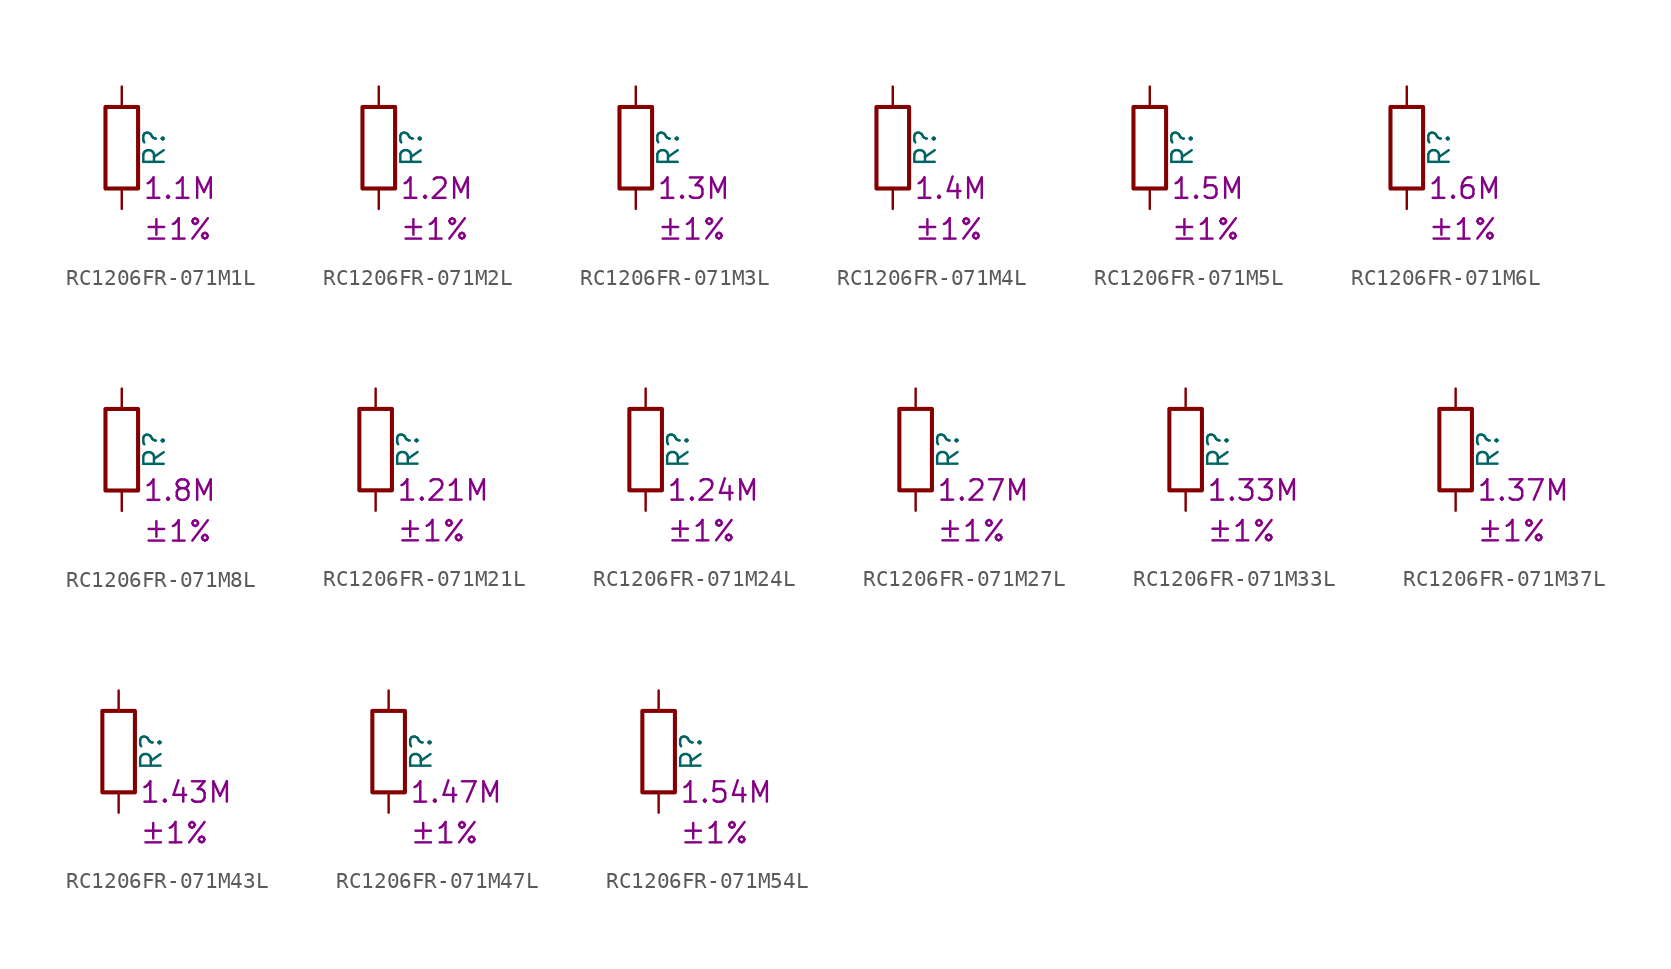
<source format=kicad_sym>
(kicad_symbol_lib
  (version 20220914)
  (generator kicad_symbol_editor)
  (symbol "RC1206FR-071M1L"
    (pin_numbers hide)
    (pin_names
      (offset 0))
    (property "Reference" "R"
      (at 2.032 0 90)
      (effects (font (size 1.27 1.27))))
    (property "Resistance" "1.1M"
      (at 1.27 -2.54 0)
      (effects (font (size 1.27 1.27)) (justify left)))
    (property "Tolerance" "±1%"
      (at 1.27 -5.08 0)
      (effects (font (size 1.27 1.27)) (justify left)))
    (symbol "RC1206FR-071M1L_0_1"
      (rectangle (start -1.016 -2.54) (end 1.016 2.54) (stroke (width 0.254) (type default)) (fill (type none))))
    (symbol "RC1206FR-071M1L_1_1"
      (pin passive line (at 0 3.81 270) (length 1.27) (name "~" (effects (font (size 1.27 1.27)))) (number "1" (effects (font (size 1.27 1.27)))))
      (pin passive line (at 0 -3.81 90) (length 1.27) (name "~" (effects (font (size 1.27 1.27)))) (number "2" (effects (font (size 1.27 1.27)))))))
  (symbol "RC1206FR-071M2L"
    (pin_numbers hide)
    (pin_names
      (offset 0))
    (property "Reference" "R"
      (at 2.032 0 90)
      (effects (font (size 1.27 1.27))))
    (property "Resistance" "1.2M"
      (at 1.27 -2.54 0)
      (effects (font (size 1.27 1.27)) (justify left)))
    (property "Tolerance" "±1%"
      (at 1.27 -5.08 0)
      (effects (font (size 1.27 1.27)) (justify left)))
    (symbol "RC1206FR-071M2L_0_1"
      (rectangle (start -1.016 -2.54) (end 1.016 2.54) (stroke (width 0.254) (type default)) (fill (type none))))
    (symbol "RC1206FR-071M2L_1_1"
      (pin passive line (at 0 3.81 270) (length 1.27) (name "~" (effects (font (size 1.27 1.27)))) (number "1" (effects (font (size 1.27 1.27)))))
      (pin passive line (at 0 -3.81 90) (length 1.27) (name "~" (effects (font (size 1.27 1.27)))) (number "2" (effects (font (size 1.27 1.27)))))))
  (symbol "RC1206FR-071M3L"
    (pin_numbers hide)
    (pin_names
      (offset 0))
    (property "Reference" "R"
      (at 2.032 0 90)
      (effects (font (size 1.27 1.27))))
    (property "Resistance" "1.3M"
      (at 1.27 -2.54 0)
      (effects (font (size 1.27 1.27)) (justify left)))
    (property "Tolerance" "±1%"
      (at 1.27 -5.08 0)
      (effects (font (size 1.27 1.27)) (justify left)))
    (symbol "RC1206FR-071M3L_0_1"
      (rectangle (start -1.016 -2.54) (end 1.016 2.54) (stroke (width 0.254) (type default)) (fill (type none))))
    (symbol "RC1206FR-071M3L_1_1"
      (pin passive line (at 0 3.81 270) (length 1.27) (name "~" (effects (font (size 1.27 1.27)))) (number "1" (effects (font (size 1.27 1.27)))))
      (pin passive line (at 0 -3.81 90) (length 1.27) (name "~" (effects (font (size 1.27 1.27)))) (number "2" (effects (font (size 1.27 1.27)))))))
  (symbol "RC1206FR-071M4L"
    (pin_numbers hide)
    (pin_names
      (offset 0))
    (property "Reference" "R"
      (at 2.032 0 90)
      (effects (font (size 1.27 1.27))))
    (property "Resistance" "1.4M"
      (at 1.27 -2.54 0)
      (effects (font (size 1.27 1.27)) (justify left)))
    (property "Tolerance" "±1%"
      (at 1.27 -5.08 0)
      (effects (font (size 1.27 1.27)) (justify left)))
    (symbol "RC1206FR-071M4L_0_1"
      (rectangle (start -1.016 -2.54) (end 1.016 2.54) (stroke (width 0.254) (type default)) (fill (type none))))
    (symbol "RC1206FR-071M4L_1_1"
      (pin passive line (at 0 3.81 270) (length 1.27) (name "~" (effects (font (size 1.27 1.27)))) (number "1" (effects (font (size 1.27 1.27)))))
      (pin passive line (at 0 -3.81 90) (length 1.27) (name "~" (effects (font (size 1.27 1.27)))) (number "2" (effects (font (size 1.27 1.27)))))))
  (symbol "RC1206FR-071M5L"
    (pin_numbers hide)
    (pin_names
      (offset 0))
    (property "Reference" "R"
      (at 2.032 0 90)
      (effects (font (size 1.27 1.27))))
    (property "Resistance" "1.5M"
      (at 1.27 -2.54 0)
      (effects (font (size 1.27 1.27)) (justify left)))
    (property "Tolerance" "±1%"
      (at 1.27 -5.08 0)
      (effects (font (size 1.27 1.27)) (justify left)))
    (symbol "RC1206FR-071M5L_0_1"
      (rectangle (start -1.016 -2.54) (end 1.016 2.54) (stroke (width 0.254) (type default)) (fill (type none))))
    (symbol "RC1206FR-071M5L_1_1"
      (pin passive line (at 0 3.81 270) (length 1.27) (name "~" (effects (font (size 1.27 1.27)))) (number "1" (effects (font (size 1.27 1.27)))))
      (pin passive line (at 0 -3.81 90) (length 1.27) (name "~" (effects (font (size 1.27 1.27)))) (number "2" (effects (font (size 1.27 1.27)))))))
  (symbol "RC1206FR-071M6L"
    (pin_numbers hide)
    (pin_names
      (offset 0))
    (property "Reference" "R"
      (at 2.032 0 90)
      (effects (font (size 1.27 1.27))))
    (property "Resistance" "1.6M"
      (at 1.27 -2.54 0)
      (effects (font (size 1.27 1.27)) (justify left)))
    (property "Tolerance" "±1%"
      (at 1.27 -5.08 0)
      (effects (font (size 1.27 1.27)) (justify left)))
    (symbol "RC1206FR-071M6L_0_1"
      (rectangle (start -1.016 -2.54) (end 1.016 2.54) (stroke (width 0.254) (type default)) (fill (type none))))
    (symbol "RC1206FR-071M6L_1_1"
      (pin passive line (at 0 3.81 270) (length 1.27) (name "~" (effects (font (size 1.27 1.27)))) (number "1" (effects (font (size 1.27 1.27)))))
      (pin passive line (at 0 -3.81 90) (length 1.27) (name "~" (effects (font (size 1.27 1.27)))) (number "2" (effects (font (size 1.27 1.27)))))))
  (symbol "RC1206FR-071M8L"
    (pin_numbers hide)
    (pin_names
      (offset 0))
    (property "Reference" "R"
      (at 2.032 0 90)
      (effects (font (size 1.27 1.27))))
    (property "Resistance" "1.8M"
      (at 1.27 -2.54 0)
      (effects (font (size 1.27 1.27)) (justify left)))
    (property "Tolerance" "±1%"
      (at 1.27 -5.08 0)
      (effects (font (size 1.27 1.27)) (justify left)))
    (symbol "RC1206FR-071M8L_0_1"
      (rectangle (start -1.016 -2.54) (end 1.016 2.54) (stroke (width 0.254) (type default)) (fill (type none))))
    (symbol "RC1206FR-071M8L_1_1"
      (pin passive line (at 0 3.81 270) (length 1.27) (name "~" (effects (font (size 1.27 1.27)))) (number "1" (effects (font (size 1.27 1.27)))))
      (pin passive line (at 0 -3.81 90) (length 1.27) (name "~" (effects (font (size 1.27 1.27)))) (number "2" (effects (font (size 1.27 1.27)))))))
  (symbol "RC1206FR-071M21L"
    (pin_numbers hide)
    (pin_names
      (offset 0))
    (property "Reference" "R"
      (at 2.032 0 90)
      (effects (font (size 1.27 1.27))))
    (property "Resistance" "1.21M"
      (at 1.27 -2.54 0)
      (effects (font (size 1.27 1.27)) (justify left)))
    (property "Tolerance" "±1%"
      (at 1.27 -5.08 0)
      (effects (font (size 1.27 1.27)) (justify left)))
    (symbol "RC1206FR-071M21L_0_1"
      (rectangle (start -1.016 -2.54) (end 1.016 2.54) (stroke (width 0.254) (type default)) (fill (type none))))
    (symbol "RC1206FR-071M21L_1_1"
      (pin passive line (at 0 3.81 270) (length 1.27) (name "~" (effects (font (size 1.27 1.27)))) (number "1" (effects (font (size 1.27 1.27)))))
      (pin passive line (at 0 -3.81 90) (length 1.27) (name "~" (effects (font (size 1.27 1.27)))) (number "2" (effects (font (size 1.27 1.27)))))))
  (symbol "RC1206FR-071M24L"
    (pin_numbers hide)
    (pin_names
      (offset 0))
    (property "Reference" "R"
      (at 2.032 0 90)
      (effects (font (size 1.27 1.27))))
    (property "Resistance" "1.24M"
      (at 1.27 -2.54 0)
      (effects (font (size 1.27 1.27)) (justify left)))
    (property "Tolerance" "±1%"
      (at 1.27 -5.08 0)
      (effects (font (size 1.27 1.27)) (justify left)))
    (symbol "RC1206FR-071M24L_0_1"
      (rectangle (start -1.016 -2.54) (end 1.016 2.54) (stroke (width 0.254) (type default)) (fill (type none))))
    (symbol "RC1206FR-071M24L_1_1"
      (pin passive line (at 0 3.81 270) (length 1.27) (name "~" (effects (font (size 1.27 1.27)))) (number "1" (effects (font (size 1.27 1.27)))))
      (pin passive line (at 0 -3.81 90) (length 1.27) (name "~" (effects (font (size 1.27 1.27)))) (number "2" (effects (font (size 1.27 1.27)))))))
  (symbol "RC1206FR-071M27L"
    (pin_numbers hide)
    (pin_names
      (offset 0))
    (property "Reference" "R"
      (at 2.032 0 90)
      (effects (font (size 1.27 1.27))))
    (property "Resistance" "1.27M"
      (at 1.27 -2.54 0)
      (effects (font (size 1.27 1.27)) (justify left)))
    (property "Tolerance" "±1%"
      (at 1.27 -5.08 0)
      (effects (font (size 1.27 1.27)) (justify left)))
    (symbol "RC1206FR-071M27L_0_1"
      (rectangle (start -1.016 -2.54) (end 1.016 2.54) (stroke (width 0.254) (type default)) (fill (type none))))
    (symbol "RC1206FR-071M27L_1_1"
      (pin passive line (at 0 3.81 270) (length 1.27) (name "~" (effects (font (size 1.27 1.27)))) (number "1" (effects (font (size 1.27 1.27)))))
      (pin passive line (at 0 -3.81 90) (length 1.27) (name "~" (effects (font (size 1.27 1.27)))) (number "2" (effects (font (size 1.27 1.27)))))))
  (symbol "RC1206FR-071M33L"
    (pin_numbers hide)
    (pin_names
      (offset 0))
    (property "Reference" "R"
      (at 2.032 0 90)
      (effects (font (size 1.27 1.27))))
    (property "Resistance" "1.33M"
      (at 1.27 -2.54 0)
      (effects (font (size 1.27 1.27)) (justify left)))
    (property "Tolerance" "±1%"
      (at 1.27 -5.08 0)
      (effects (font (size 1.27 1.27)) (justify left)))
    (symbol "RC1206FR-071M33L_0_1"
      (rectangle (start -1.016 -2.54) (end 1.016 2.54) (stroke (width 0.254) (type default)) (fill (type none))))
    (symbol "RC1206FR-071M33L_1_1"
      (pin passive line (at 0 3.81 270) (length 1.27) (name "~" (effects (font (size 1.27 1.27)))) (number "1" (effects (font (size 1.27 1.27)))))
      (pin passive line (at 0 -3.81 90) (length 1.27) (name "~" (effects (font (size 1.27 1.27)))) (number "2" (effects (font (size 1.27 1.27)))))))
  (symbol "RC1206FR-071M37L"
    (pin_numbers hide)
    (pin_names
      (offset 0))
    (property "Reference" "R"
      (at 2.032 0 90)
      (effects (font (size 1.27 1.27))))
    (property "Resistance" "1.37M"
      (at 1.27 -2.54 0)
      (effects (font (size 1.27 1.27)) (justify left)))
    (property "Tolerance" "±1%"
      (at 1.27 -5.08 0)
      (effects (font (size 1.27 1.27)) (justify left)))
    (symbol "RC1206FR-071M37L_0_1"
      (rectangle (start -1.016 -2.54) (end 1.016 2.54) (stroke (width 0.254) (type default)) (fill (type none))))
    (symbol "RC1206FR-071M37L_1_1"
      (pin passive line (at 0 3.81 270) (length 1.27) (name "~" (effects (font (size 1.27 1.27)))) (number "1" (effects (font (size 1.27 1.27)))))
      (pin passive line (at 0 -3.81 90) (length 1.27) (name "~" (effects (font (size 1.27 1.27)))) (number "2" (effects (font (size 1.27 1.27)))))))
  (symbol "RC1206FR-071M43L"
    (pin_numbers hide)
    (pin_names
      (offset 0))
    (property "Reference" "R"
      (at 2.032 0 90)
      (effects (font (size 1.27 1.27))))
    (property "Resistance" "1.43M"
      (at 1.27 -2.54 0)
      (effects (font (size 1.27 1.27)) (justify left)))
    (property "Tolerance" "±1%"
      (at 1.27 -5.08 0)
      (effects (font (size 1.27 1.27)) (justify left)))
    (symbol "RC1206FR-071M43L_0_1"
      (rectangle (start -1.016 -2.54) (end 1.016 2.54) (stroke (width 0.254) (type default)) (fill (type none))))
    (symbol "RC1206FR-071M43L_1_1"
      (pin passive line (at 0 3.81 270) (length 1.27) (name "~" (effects (font (size 1.27 1.27)))) (number "1" (effects (font (size 1.27 1.27)))))
      (pin passive line (at 0 -3.81 90) (length 1.27) (name "~" (effects (font (size 1.27 1.27)))) (number "2" (effects (font (size 1.27 1.27)))))))
  (symbol "RC1206FR-071M47L"
    (pin_numbers hide)
    (pin_names
      (offset 0))
    (property "Reference" "R"
      (at 2.032 0 90)
      (effects (font (size 1.27 1.27))))
    (property "Resistance" "1.47M"
      (at 1.27 -2.54 0)
      (effects (font (size 1.27 1.27)) (justify left)))
    (property "Tolerance" "±1%"
      (at 1.27 -5.08 0)
      (effects (font (size 1.27 1.27)) (justify left)))
    (symbol "RC1206FR-071M47L_0_1"
      (rectangle (start -1.016 -2.54) (end 1.016 2.54) (stroke (width 0.254) (type default)) (fill (type none))))
    (symbol "RC1206FR-071M47L_1_1"
      (pin passive line (at 0 3.81 270) (length 1.27) (name "~" (effects (font (size 1.27 1.27)))) (number "1" (effects (font (size 1.27 1.27)))))
      (pin passive line (at 0 -3.81 90) (length 1.27) (name "~" (effects (font (size 1.27 1.27)))) (number "2" (effects (font (size 1.27 1.27)))))))
  (symbol "RC1206FR-071M54L"
    (pin_numbers hide)
    (pin_names
      (offset 0))
    (property "Reference" "R"
      (at 2.032 0 90)
      (effects (font (size 1.27 1.27))))
    (property "Resistance" "1.54M"
      (at 1.27 -2.54 0)
      (effects (font (size 1.27 1.27)) (justify left)))
    (property "Tolerance" "±1%"
      (at 1.27 -5.08 0)
      (effects (font (size 1.27 1.27)) (justify left)))
    (symbol "RC1206FR-071M54L_0_1"
      (rectangle (start -1.016 -2.54) (end 1.016 2.54) (stroke (width 0.254) (type default)) (fill (type none))))
    (symbol "RC1206FR-071M54L_1_1"
      (pin passive line (at 0 3.81 270) (length 1.27) (name "~" (effects (font (size 1.27 1.27)))) (number "1" (effects (font (size 1.27 1.27)))))
      (pin passive line (at 0 -3.81 90) (length 1.27) (name "~" (effects (font (size 1.27 1.27)))) (number "2" (effects (font (size 1.27 1.27))))))))
</source>
